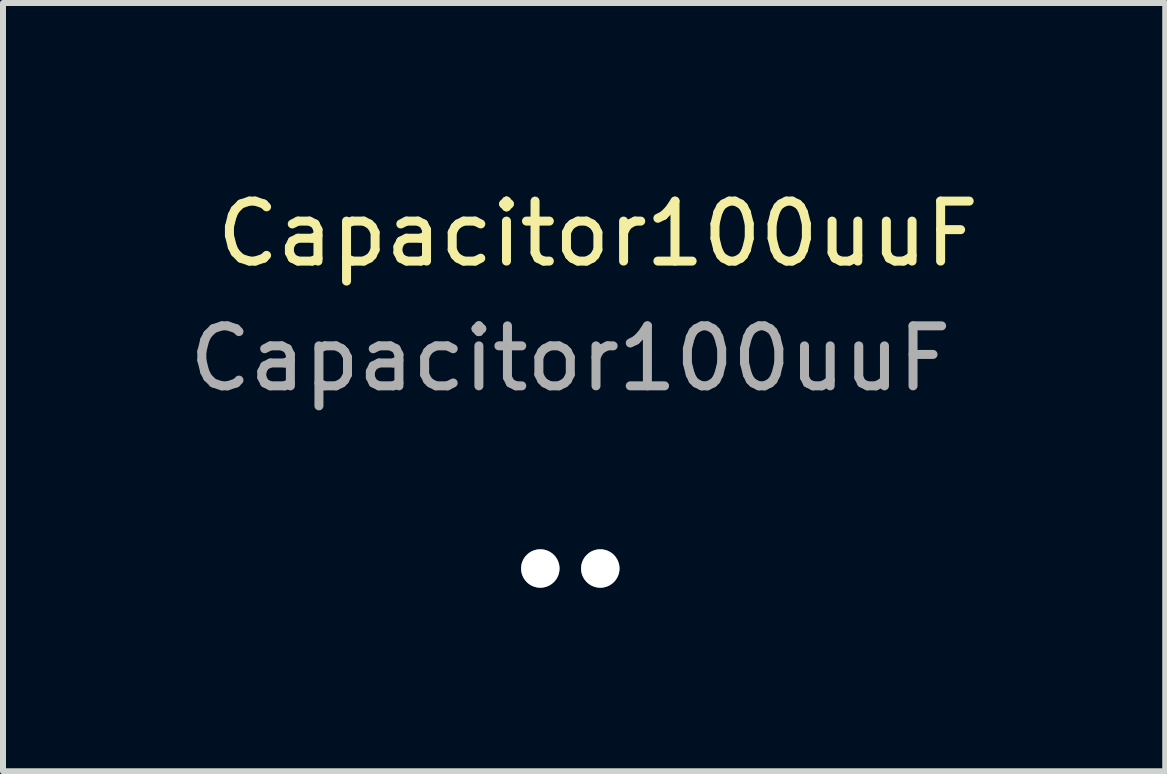
<source format=kicad_pcb>
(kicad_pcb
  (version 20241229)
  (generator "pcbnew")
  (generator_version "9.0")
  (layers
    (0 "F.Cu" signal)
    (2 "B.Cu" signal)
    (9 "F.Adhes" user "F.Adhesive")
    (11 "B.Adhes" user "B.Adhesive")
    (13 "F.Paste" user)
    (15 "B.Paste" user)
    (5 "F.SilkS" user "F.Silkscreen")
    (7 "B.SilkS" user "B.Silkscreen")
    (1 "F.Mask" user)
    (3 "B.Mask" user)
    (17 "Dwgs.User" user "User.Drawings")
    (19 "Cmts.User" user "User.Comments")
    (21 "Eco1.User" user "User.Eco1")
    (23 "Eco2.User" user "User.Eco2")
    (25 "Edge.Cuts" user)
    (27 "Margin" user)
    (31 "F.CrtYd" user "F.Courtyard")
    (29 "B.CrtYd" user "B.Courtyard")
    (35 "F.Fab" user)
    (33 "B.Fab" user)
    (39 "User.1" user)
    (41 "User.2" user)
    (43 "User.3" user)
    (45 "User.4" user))
  (footprint "Capacitor100uuF"
    (layer "F.Cu")
    (at 6.918 1.348)
    (property "Reference" "Capacitor100uuF" (at 0 -0.5 0) (unlocked yes) (layer "F.SilkS") (effects (font (size 1 1) (thickness 0.15))))
    (attr smd)
    (fp_text user "${REFERENCE}" (at -0.46 1.58 0) (unlocked yes) (layer "F.Fab") (effects (font (size 1 1) (thickness 0.15))))
    (pad "1" thru_hole circle (at -0.96 5.08) (size 0.64 0.64) (drill 0.762) (layers "*.Cu" "*.Mask"))
    (pad "2" thru_hole circle (at 0.04 5.08) (size 0.64 0.64) (drill 0.762) (layers "*.Cu" "*.Mask")))
  (gr_rect
    (start -3 -3)
    (end 16.377 9.809)
    (stroke (width 0.1) (type default))
    (fill no)
    (layer "Edge.Cuts")))
</source>
